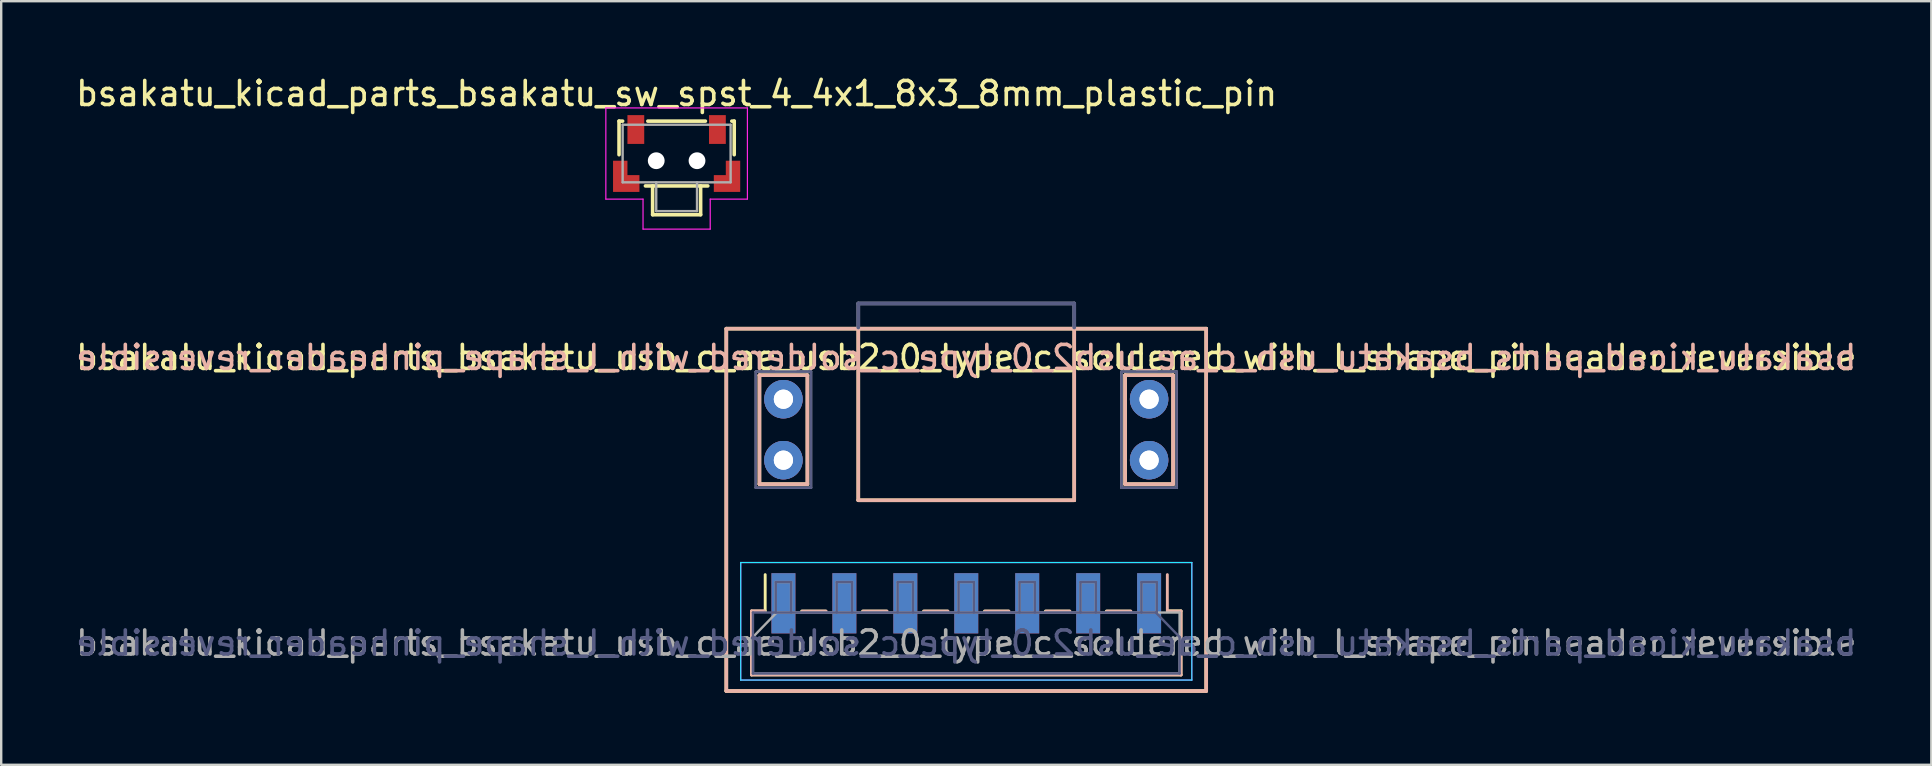
<source format=kicad_pcb>
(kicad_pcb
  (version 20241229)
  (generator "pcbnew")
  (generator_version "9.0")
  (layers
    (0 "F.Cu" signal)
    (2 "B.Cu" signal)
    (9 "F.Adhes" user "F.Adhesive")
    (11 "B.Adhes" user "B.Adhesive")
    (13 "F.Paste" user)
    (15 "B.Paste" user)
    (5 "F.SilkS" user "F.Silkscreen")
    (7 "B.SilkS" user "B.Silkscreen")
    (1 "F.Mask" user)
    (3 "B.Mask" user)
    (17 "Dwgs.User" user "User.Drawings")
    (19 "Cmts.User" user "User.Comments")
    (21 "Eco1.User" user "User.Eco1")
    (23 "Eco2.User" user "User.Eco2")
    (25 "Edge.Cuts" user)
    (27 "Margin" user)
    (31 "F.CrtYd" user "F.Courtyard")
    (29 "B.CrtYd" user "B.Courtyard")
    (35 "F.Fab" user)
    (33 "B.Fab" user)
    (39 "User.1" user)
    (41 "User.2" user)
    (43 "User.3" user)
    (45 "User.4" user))
  (footprint "bsakatu_kicad_parts_bsakatu_usb_c_ae_usb2_0_type_c_soldered_with_l_shape_pinheader_reversible"
    (layer "F.Cu")
    (at 37.22 23.748)
    (property "Reference" "bsakatu_kicad_parts_bsakatu_usb_c_ae_usb2_0_type_c_soldered_with_l_shape_pinheader_reversible" (at 0 -11.9 0) (layer "F.SilkS") (effects (font (size 1 1) (thickness 0.15))))
    (attr through_hole)
    (fp_line (start -10 -13.1) (end -10 2) (stroke (width 0.15) (type solid)) (layer "F.SilkS"))
    (fp_line (start -10 -13.1) (end 10 -13.1) (stroke (width 0.15) (type solid)) (layer "F.SilkS"))
    (fp_line (start -8.95 -1.33) (end -8.38 -1.33) (stroke (width 0.12) (type solid)) (layer "F.SilkS"))
    (fp_line (start -8.95 1.33) (end -8.95 -1.33) (stroke (width 0.12) (type solid)) (layer "F.SilkS"))
    (fp_line (start -8.95 1.33) (end 8.95 1.33) (stroke (width 0.12) (type solid)) (layer "F.SilkS"))
    (fp_line (start -8.62 -11.16) (end -8.62 -6.62) (stroke (width 0.15) (type solid)) (layer "F.SilkS"))
    (fp_line (start -8.62 -6.62) (end -6.62 -6.62) (stroke (width 0.15) (type solid)) (layer "F.SilkS"))
    (fp_line (start -8.38 -1.33) (end -8.38 -2.85) (stroke (width 0.12) (type solid)) (layer "F.SilkS"))
    (fp_line (start -6.86 -1.33) (end -5.86 -1.33) (stroke (width 0.12) (type solid)) (layer "F.SilkS"))
    (fp_line (start -6.62 -11.16) (end -8.62 -11.16) (stroke (width 0.15) (type solid)) (layer "F.SilkS"))
    (fp_line (start -6.62 -6.62) (end -6.62 -11.16) (stroke (width 0.15) (type solid)) (layer "F.SilkS"))
    (fp_line (start -4.5 -5.95) (end -4.5 -13.1) (stroke (width 0.15) (type solid)) (layer "F.SilkS"))
    (fp_line (start -4.5 -5.95) (end 4.5 -5.95) (stroke (width 0.15) (type solid)) (layer "F.SilkS"))
    (fp_line (start -4.32 -1.33) (end -3.32 -1.33) (stroke (width 0.12) (type solid)) (layer "F.SilkS"))
    (fp_line (start -1.78 -1.33) (end -0.78 -1.33) (stroke (width 0.12) (type solid)) (layer "F.SilkS"))
    (fp_line (start 0.76 -1.33) (end 1.76 -1.33) (stroke (width 0.12) (type solid)) (layer "F.SilkS"))
    (fp_line (start 3.3 -1.33) (end 4.3 -1.33) (stroke (width 0.12) (type solid)) (layer "F.SilkS"))
    (fp_line (start 4.5 -5.95) (end 4.5 -13.1) (stroke (width 0.15) (type solid)) (layer "F.SilkS"))
    (fp_line (start 5.84 -1.33) (end 6.84 -1.33) (stroke (width 0.12) (type solid)) (layer "F.SilkS"))
    (fp_line (start 6.62 -11.16) (end 6.62 -6.62) (stroke (width 0.15) (type solid)) (layer "F.SilkS"))
    (fp_line (start 6.62 -6.62) (end 8.62 -6.62) (stroke (width 0.15) (type solid)) (layer "F.SilkS"))
    (fp_line (start 8.41 -1.34) (end 8.95 -1.34) (stroke (width 0.12) (type solid)) (layer "F.SilkS"))
    (fp_line (start 8.62 -11.16) (end 6.62 -11.16) (stroke (width 0.15) (type solid)) (layer "F.SilkS"))
    (fp_line (start 8.62 -6.62) (end 8.62 -11.16) (stroke (width 0.15) (type solid)) (layer "F.SilkS"))
    (fp_line (start 8.95 1.33) (end 8.95 -1.33) (stroke (width 0.12) (type solid)) (layer "F.SilkS"))
    (fp_line (start 10 -13.1) (end 10 2) (stroke (width 0.15) (type solid)) (layer "F.SilkS"))
    (fp_line (start 10 2) (end -10 2) (stroke (width 0.15) (type solid)) (layer "F.SilkS"))
    (fp_line (start -10 -13.1) (end -10 2) (stroke (width 0.15) (type solid)) (layer "B.SilkS"))
    (fp_line (start -10 2) (end 10 2) (stroke (width 0.15) (type solid)) (layer "B.SilkS"))
    (fp_line (start -8.95 1.33) (end -8.95 -1.33) (stroke (width 0.12) (type solid)) (layer "B.SilkS"))
    (fp_line (start -8.62 -11.16) (end -6.62 -11.16) (stroke (width 0.15) (type solid)) (layer "B.SilkS"))
    (fp_line (start -8.62 -6.62) (end -8.62 -11.16) (stroke (width 0.15) (type solid)) (layer "B.SilkS"))
    (fp_line (start -8.41 -1.34) (end -8.95 -1.34) (stroke (width 0.12) (type solid)) (layer "B.SilkS"))
    (fp_line (start -6.62 -11.16) (end -6.62 -6.62) (stroke (width 0.15) (type solid)) (layer "B.SilkS"))
    (fp_line (start -6.62 -6.62) (end -8.62 -6.62) (stroke (width 0.15) (type solid)) (layer "B.SilkS"))
    (fp_line (start -5.84 -1.33) (end -6.84 -1.33) (stroke (width 0.12) (type solid)) (layer "B.SilkS"))
    (fp_line (start -4.5 -5.95) (end -4.5 -13.1) (stroke (width 0.15) (type solid)) (layer "B.SilkS"))
    (fp_line (start -3.3 -1.33) (end -4.3 -1.33) (stroke (width 0.12) (type solid)) (layer "B.SilkS"))
    (fp_line (start -0.76 -1.33) (end -1.76 -1.33) (stroke (width 0.12) (type solid)) (layer "B.SilkS"))
    (fp_line (start 1.78 -1.33) (end 0.78 -1.33) (stroke (width 0.12) (type solid)) (layer "B.SilkS"))
    (fp_line (start 4.32 -1.33) (end 3.32 -1.33) (stroke (width 0.12) (type solid)) (layer "B.SilkS"))
    (fp_line (start 4.5 -5.95) (end -4.5 -5.95) (stroke (width 0.15) (type solid)) (layer "B.SilkS"))
    (fp_line (start 4.5 -5.95) (end 4.5 -13.1) (stroke (width 0.15) (type solid)) (layer "B.SilkS"))
    (fp_line (start 6.62 -11.16) (end 8.62 -11.16) (stroke (width 0.15) (type solid)) (layer "B.SilkS"))
    (fp_line (start 6.62 -6.62) (end 6.62 -11.16) (stroke (width 0.15) (type solid)) (layer "B.SilkS"))
    (fp_line (start 6.86 -1.33) (end 5.86 -1.33) (stroke (width 0.12) (type solid)) (layer "B.SilkS"))
    (fp_line (start 8.38 -1.33) (end 8.38 -2.85) (stroke (width 0.12) (type solid)) (layer "B.SilkS"))
    (fp_line (start 8.62 -11.16) (end 8.62 -6.62) (stroke (width 0.15) (type solid)) (layer "B.SilkS"))
    (fp_line (start 8.62 -6.62) (end 6.62 -6.62) (stroke (width 0.15) (type solid)) (layer "B.SilkS"))
    (fp_line (start 8.95 -1.33) (end 8.38 -1.33) (stroke (width 0.12) (type solid)) (layer "B.SilkS"))
    (fp_line (start 8.95 1.33) (end -8.95 1.33) (stroke (width 0.12) (type solid)) (layer "B.SilkS"))
    (fp_line (start 8.95 1.33) (end 8.95 -1.33) (stroke (width 0.12) (type solid)) (layer "B.SilkS"))
    (fp_line (start 10 -13.1) (end -10 -13.1) (stroke (width 0.15) (type solid)) (layer "B.SilkS"))
    (fp_line (start 10 -13.1) (end 10 2) (stroke (width 0.15) (type solid)) (layer "B.SilkS"))
    (fp_line (start -9.4 -3.355) (end 9.4 -3.355) (stroke (width 0.05) (type solid)) (layer "B.CrtYd"))
    (fp_line (start -9.4 1.545) (end -9.4 -3.355) (stroke (width 0.05) (type solid)) (layer "B.CrtYd"))
    (fp_line (start 9.4 -3.355) (end 9.4 1.545) (stroke (width 0.05) (type solid)) (layer "B.CrtYd"))
    (fp_line (start 9.4 1.545) (end -9.4 1.545) (stroke (width 0.05) (type solid)) (layer "B.CrtYd"))
    (fp_line (start -9.4 -3.355) (end -9.4 1.545) (stroke (width 0.05) (type solid)) (layer "F.CrtYd"))
    (fp_line (start -9.4 1.545) (end 9.4 1.545) (stroke (width 0.05) (type solid)) (layer "F.CrtYd"))
    (fp_line (start 9.4 -3.355) (end -9.4 -3.355) (stroke (width 0.05) (type solid)) (layer "F.CrtYd"))
    (fp_line (start 9.4 1.545) (end 9.4 -3.355) (stroke (width 0.05) (type solid)) (layer "F.CrtYd"))
    (fp_line (start -8.89 -1.27) (end -8.89 1.27) (stroke (width 0.1) (type solid)) (layer "B.Fab"))
    (fp_line (start -8.89 1.27) (end 8.89 1.27) (stroke (width 0.1) (type solid)) (layer "B.Fab"))
    (fp_line (start -8.77 -11.31) (end -8.77 -6.47) (stroke (width 0.1) (type solid)) (layer "B.Fab"))
    (fp_line (start -8.77 -6.47) (end -6.47 -6.47) (stroke (width 0.1) (type solid)) (layer "B.Fab"))
    (fp_line (start -7.94 -1.27) (end -7.94 -2.54) (stroke (width 0.1) (type solid)) (layer "B.Fab"))
    (fp_line (start -7.3 -2.54) (end -7.94 -2.54) (stroke (width 0.1) (type solid)) (layer "B.Fab"))
    (fp_line (start -7.3 -2.54) (end -7.3 -1.27) (stroke (width 0.1) (type solid)) (layer "B.Fab"))
    (fp_line (start -6.47 -11.31) (end -8.77 -11.31) (stroke (width 0.1) (type solid)) (layer "B.Fab"))
    (fp_line (start -6.47 -6.47) (end -6.47 -11.31) (stroke (width 0.1) (type solid)) (layer "B.Fab"))
    (fp_line (start -5.4 -1.27) (end -5.4 -2.54) (stroke (width 0.1) (type solid)) (layer "B.Fab"))
    (fp_line (start -4.76 -2.54) (end -5.4 -2.54) (stroke (width 0.1) (type solid)) (layer "B.Fab"))
    (fp_line (start -4.76 -2.54) (end -4.76 -1.27) (stroke (width 0.1) (type solid)) (layer "B.Fab"))
    (fp_line (start -4.5 -13.15) (end -4.5 -14.15) (stroke (width 0.15) (type solid)) (layer "B.Fab"))
    (fp_line (start -2.86 -1.27) (end -2.86 -2.54) (stroke (width 0.1) (type solid)) (layer "B.Fab"))
    (fp_line (start -2.22 -2.54) (end -2.86 -2.54) (stroke (width 0.1) (type solid)) (layer "B.Fab"))
    (fp_line (start -2.22 -2.54) (end -2.22 -1.27) (stroke (width 0.1) (type solid)) (layer "B.Fab"))
    (fp_line (start -0.32 -1.27) (end -0.32 -2.54) (stroke (width 0.1) (type solid)) (layer "B.Fab"))
    (fp_line (start 0.32 -2.54) (end -0.32 -2.54) (stroke (width 0.1) (type solid)) (layer "B.Fab"))
    (fp_line (start 0.32 -2.54) (end 0.32 -1.27) (stroke (width 0.1) (type solid)) (layer "B.Fab"))
    (fp_line (start 2.22 -1.27) (end 2.22 -2.54) (stroke (width 0.1) (type solid)) (layer "B.Fab"))
    (fp_line (start 2.86 -2.54) (end 2.22 -2.54) (stroke (width 0.1) (type solid)) (layer "B.Fab"))
    (fp_line (start 2.86 -2.54) (end 2.86 -1.27) (stroke (width 0.1) (type solid)) (layer "B.Fab"))
    (fp_line (start 4.5 -14.15) (end -4.5 -14.15) (stroke (width 0.15) (type solid)) (layer "B.Fab"))
    (fp_line (start 4.5 -13.15) (end 4.5 -14.15) (stroke (width 0.15) (type solid)) (layer "B.Fab"))
    (fp_line (start 4.76 -1.27) (end 4.76 -2.54) (stroke (width 0.1) (type solid)) (layer "B.Fab"))
    (fp_line (start 5.4 -2.54) (end 4.76 -2.54) (stroke (width 0.1) (type solid)) (layer "B.Fab"))
    (fp_line (start 5.4 -2.54) (end 5.4 -1.27) (stroke (width 0.1) (type solid)) (layer "B.Fab"))
    (fp_line (start 6.47 -11.31) (end 6.47 -6.47) (stroke (width 0.1) (type solid)) (layer "B.Fab"))
    (fp_line (start 6.47 -6.47) (end 8.77 -6.47) (stroke (width 0.1) (type solid)) (layer "B.Fab"))
    (fp_line (start 7.3 -1.27) (end 7.3 -2.54) (stroke (width 0.1) (type solid)) (layer "B.Fab"))
    (fp_line (start 7.9 -1.27) (end -8.89 -1.27) (stroke (width 0.1) (type solid)) (layer "B.Fab"))
    (fp_line (start 7.9 -1.27) (end 8.89 -0.25) (stroke (width 0.1) (type solid)) (layer "B.Fab"))
    (fp_line (start 7.94 -2.54) (end 7.3 -2.54) (stroke (width 0.1) (type solid)) (layer "B.Fab"))
    (fp_line (start 7.94 -2.54) (end 7.94 -1.27) (stroke (width 0.1) (type solid)) (layer "B.Fab"))
    (fp_line (start 8.77 -11.31) (end 6.47 -11.31) (stroke (width 0.1) (type solid)) (layer "B.Fab"))
    (fp_line (start 8.77 -6.47) (end 8.77 -11.31) (stroke (width 0.1) (type solid)) (layer "B.Fab"))
    (fp_line (start 8.89 1.27) (end 8.89 -0.25) (stroke (width 0.1) (type solid)) (layer "B.Fab"))
    (fp_line (start -8.89 1.27) (end -8.89 -0.25) (stroke (width 0.1) (type solid)) (layer "F.Fab"))
    (fp_line (start -8.77 -11.31) (end -6.47 -11.31) (stroke (width 0.1) (type solid)) (layer "F.Fab"))
    (fp_line (start -8.77 -6.47) (end -8.77 -11.31) (stroke (width 0.1) (type solid)) (layer "F.Fab"))
    (fp_line (start -7.94 -2.54) (end -7.94 -1.27) (stroke (width 0.1) (type solid)) (layer "F.Fab"))
    (fp_line (start -7.94 -2.54) (end -7.3 -2.54) (stroke (width 0.1) (type solid)) (layer "F.Fab"))
    (fp_line (start -7.9 -1.27) (end -8.89 -0.25) (stroke (width 0.1) (type solid)) (layer "F.Fab"))
    (fp_line (start -7.9 -1.27) (end 8.89 -1.27) (stroke (width 0.1) (type solid)) (layer "F.Fab"))
    (fp_line (start -7.3 -1.27) (end -7.3 -2.54) (stroke (width 0.1) (type solid)) (layer "F.Fab"))
    (fp_line (start -6.47 -11.31) (end -6.47 -6.47) (stroke (width 0.1) (type solid)) (layer "F.Fab"))
    (fp_line (start -6.47 -6.47) (end -8.77 -6.47) (stroke (width 0.1) (type solid)) (layer "F.Fab"))
    (fp_line (start -5.4 -2.54) (end -5.4 -1.27) (stroke (width 0.1) (type solid)) (layer "F.Fab"))
    (fp_line (start -5.4 -2.54) (end -4.76 -2.54) (stroke (width 0.1) (type solid)) (layer "F.Fab"))
    (fp_line (start -4.76 -1.27) (end -4.76 -2.54) (stroke (width 0.1) (type solid)) (layer "F.Fab"))
    (fp_line (start -4.5 -14.15) (end 4.5 -14.15) (stroke (width 0.15) (type solid)) (layer "F.Fab"))
    (fp_line (start -4.5 -13.15) (end -4.5 -14.15) (stroke (width 0.15) (type solid)) (layer "F.Fab"))
    (fp_line (start -2.86 -2.54) (end -2.86 -1.27) (stroke (width 0.1) (type solid)) (layer "F.Fab"))
    (fp_line (start -2.86 -2.54) (end -2.22 -2.54) (stroke (width 0.1) (type solid)) (layer "F.Fab"))
    (fp_line (start -2.22 -1.27) (end -2.22 -2.54) (stroke (width 0.1) (type solid)) (layer "F.Fab"))
    (fp_line (start -0.32 -2.54) (end -0.32 -1.27) (stroke (width 0.1) (type solid)) (layer "F.Fab"))
    (fp_line (start -0.32 -2.54) (end 0.32 -2.54) (stroke (width 0.1) (type solid)) (layer "F.Fab"))
    (fp_line (start 0.32 -1.27) (end 0.32 -2.54) (stroke (width 0.1) (type solid)) (layer "F.Fab"))
    (fp_line (start 2.22 -2.54) (end 2.22 -1.27) (stroke (width 0.1) (type solid)) (layer "F.Fab"))
    (fp_line (start 2.22 -2.54) (end 2.86 -2.54) (stroke (width 0.1) (type solid)) (layer "F.Fab"))
    (fp_line (start 2.86 -1.27) (end 2.86 -2.54) (stroke (width 0.1) (type solid)) (layer "F.Fab"))
    (fp_line (start 4.5 -13.15) (end 4.5 -14.15) (stroke (width 0.15) (type solid)) (layer "F.Fab"))
    (fp_line (start 4.76 -2.54) (end 4.76 -1.27) (stroke (width 0.1) (type solid)) (layer "F.Fab"))
    (fp_line (start 4.76 -2.54) (end 5.4 -2.54) (stroke (width 0.1) (type solid)) (layer "F.Fab"))
    (fp_line (start 5.4 -1.27) (end 5.4 -2.54) (stroke (width 0.1) (type solid)) (layer "F.Fab"))
    (fp_line (start 6.47 -11.31) (end 8.77 -11.31) (stroke (width 0.1) (type solid)) (layer "F.Fab"))
    (fp_line (start 6.47 -6.47) (end 6.47 -11.31) (stroke (width 0.1) (type solid)) (layer "F.Fab"))
    (fp_line (start 7.3 -2.54) (end 7.3 -1.27) (stroke (width 0.1) (type solid)) (layer "F.Fab"))
    (fp_line (start 7.3 -2.54) (end 7.94 -2.54) (stroke (width 0.1) (type solid)) (layer "F.Fab"))
    (fp_line (start 7.94 -1.27) (end 7.94 -2.54) (stroke (width 0.1) (type solid)) (layer "F.Fab"))
    (fp_line (start 8.77 -11.31) (end 8.77 -6.47) (stroke (width 0.1) (type solid)) (layer "F.Fab"))
    (fp_line (start 8.77 -6.47) (end 6.47 -6.47) (stroke (width 0.1) (type solid)) (layer "F.Fab"))
    (fp_line (start 8.89 -1.27) (end 8.89 1.27) (stroke (width 0.1) (type solid)) (layer "F.Fab"))
    (fp_line (start 8.89 1.27) (end -8.89 1.27) (stroke (width 0.1) (type solid)) (layer "F.Fab"))
    (fp_text user "${REFERENCE}" (at 0 -11.9 0) (layer "B.SilkS") (effects (font (size 1 1) (thickness 0.15)) (justify mirror)))
    (fp_text user "${REFERENCE}" (at 0 0 0) (layer "B.Fab") (effects (font (size 1 1) (thickness 0.15)) (justify mirror)))
    (fp_text user "${REFERENCE}" (at 0 0 180) (layer "F.Fab") (effects (font (size 1 1) (thickness 0.15))))
    (pad "" thru_hole circle (at -7.62 -10.16 180) (size 1.6 1.6) (drill 0.8) (layers "*.Cu" "*.Mask"))
    (pad "" thru_hole circle (at -7.62 -10.16) (size 1.6 1.6) (drill 0.8) (layers "*.Cu" "*.Mask"))
    (pad "" thru_hole circle (at -7.62 -7.62 180) (size 1.6 1.6) (drill 0.8) (layers "*.Cu" "*.Mask"))
    (pad "" thru_hole circle (at -7.62 -7.62) (size 1.6 1.6) (drill 0.8) (layers "*.Cu" "*.Mask"))
    (pad "" thru_hole circle (at 7.62 -10.16 180) (size 1.6 1.6) (drill 0.8) (layers "*.Cu" "*.Mask"))
    (pad "" thru_hole circle (at 7.62 -10.16) (size 1.6 1.6) (drill 0.8) (layers "*.Cu" "*.Mask"))
    (pad "" thru_hole circle (at 7.62 -7.62) (size 1.6 1.6) (drill 0.8) (layers "*.Cu" "*.Mask"))
    (pad "" thru_hole circle (at 7.62 -7.62 180) (size 1.6 1.6) (drill 0.8) (layers "*.Cu" "*.Mask"))
    (pad "1" smd rect (at -7.62 -1.655 90) (size 2.51 1) (layers "F.Cu" "F.Mask" "F.Paste"))
    (pad "1" smd rect (at 7.62 -1.655 90) (size 2.51 1) (layers "B.Cu" "B.Mask" "B.Paste"))
    (pad "2" smd rect (at -5.08 -1.655 90) (size 2.51 1) (layers "F.Cu" "F.Mask" "F.Paste"))
    (pad "2" smd rect (at 5.08 -1.655 90) (size 2.51 1) (layers "B.Cu" "B.Mask" "B.Paste"))
    (pad "3" smd rect (at -2.54 -1.655 90) (size 2.51 1) (layers "F.Cu" "F.Mask" "F.Paste"))
    (pad "3" smd rect (at 2.54 -1.655 90) (size 2.51 1) (layers "B.Cu" "B.Mask" "B.Paste"))
    (pad "4" smd rect (at 0 -1.655 90) (size 2.51 1) (layers "F.Cu" "F.Mask" "F.Paste"))
    (pad "4" smd rect (at 0 -1.655 90) (size 2.51 1) (layers "B.Cu" "B.Mask" "B.Paste"))
    (pad "5" smd rect (at -2.54 -1.655 90) (size 2.51 1) (layers "B.Cu" "B.Mask" "B.Paste"))
    (pad "5" smd rect (at 2.54 -1.655 90) (size 2.51 1) (layers "F.Cu" "F.Mask" "F.Paste"))
    (pad "6" smd rect (at -5.08 -1.655 90) (size 2.51 1) (layers "B.Cu" "B.Mask" "B.Paste"))
    (pad "6" smd rect (at 5.08 -1.655 90) (size 2.51 1) (layers "F.Cu" "F.Mask" "F.Paste"))
    (pad "7" smd rect (at -7.62 -1.655 90) (size 2.51 1) (layers "B.Cu" "B.Mask" "B.Paste"))
    (pad "7" smd rect (at 7.62 -1.655 90) (size 2.51 1) (layers "F.Cu" "F.Mask" "F.Paste")))
  (footprint "bsakatu_kicad_parts_bsakatu_sw_spst_4_4x1_8x3_8mm_plastic_pin"
    (layer "F.Cu")
    (at 25.149 3.648)
    (property "Reference" "bsakatu_kicad_parts_bsakatu_sw_spst_4_4x1_8x3_8mm_plastic_pin" (at 0 -2.8 0) (layer "F.SilkS") (effects (font (size 1 1) (thickness 0.15))))
    (attr smd)
    (fp_line (start -2.4 -1.65) (end -2.4 -0.25) (stroke (width 0.15) (type solid)) (layer "F.SilkS"))
    (fp_line (start -2.25 -1.65) (end -2.4 -1.65) (stroke (width 0.15) (type solid)) (layer "F.SilkS"))
    (fp_line (start -1.2 -1.65) (end 1.2 -1.65) (stroke (width 0.15) (type solid)) (layer "F.SilkS"))
    (fp_line (start -1 2.25) (end -1 1.05) (stroke (width 0.15) (type solid)) (layer "F.SilkS"))
    (fp_line (start 1 1.05) (end 1 2.25) (stroke (width 0.15) (type solid)) (layer "F.SilkS"))
    (fp_line (start 1 2.25) (end -1 2.25) (stroke (width 0.15) (type solid)) (layer "F.SilkS"))
    (fp_line (start 1.3 1.05) (end -1.3 1.05) (stroke (width 0.15) (type solid)) (layer "F.SilkS"))
    (fp_line (start 2.3 -1.65) (end 2.4 -1.65) (stroke (width 0.15) (type solid)) (layer "F.SilkS"))
    (fp_line (start 2.4 -1.65) (end 2.4 -0.25) (stroke (width 0.15) (type solid)) (layer "F.SilkS"))
    (fp_line (start -2.95 -2.2) (end 2.95 -2.2) (stroke (width 0.05) (type solid)) (layer "F.CrtYd"))
    (fp_line (start -2.95 1.6) (end -2.95 -2.2) (stroke (width 0.05) (type solid)) (layer "F.CrtYd"))
    (fp_line (start -1.4 1.6) (end -2.95 1.6) (stroke (width 0.05) (type solid)) (layer "F.CrtYd"))
    (fp_line (start -1.4 2.85) (end -1.4 1.6) (stroke (width 0.05) (type solid)) (layer "F.CrtYd"))
    (fp_line (start 1.4 1.6) (end 1.4 2.85) (stroke (width 0.05) (type solid)) (layer "F.CrtYd"))
    (fp_line (start 1.4 2.85) (end -1.4 2.85) (stroke (width 0.05) (type solid)) (layer "F.CrtYd"))
    (fp_line (start 2.95 -2.2) (end 2.95 1.6) (stroke (width 0.05) (type solid)) (layer "F.CrtYd"))
    (fp_line (start 2.95 1.6) (end 1.4 1.6) (stroke (width 0.05) (type solid)) (layer "F.CrtYd"))
    (fp_line (start -2.25 -1.5) (end 2.25 -1.5) (stroke (width 0.1) (type solid)) (layer "F.Fab"))
    (fp_line (start -2.25 0.9) (end -2.25 -1.5) (stroke (width 0.1) (type solid)) (layer "F.Fab"))
    (fp_line (start -0.85 2.1) (end -0.85 0.9) (stroke (width 0.1) (type solid)) (layer "F.Fab"))
    (fp_line (start -0.85 2.1) (end 0.85 2.1) (stroke (width 0.1) (type solid)) (layer "F.Fab"))
    (fp_line (start 0.85 2.1) (end 0.85 0.9) (stroke (width 0.1) (type solid)) (layer "F.Fab"))
    (fp_line (start 2.25 -1.5) (end 2.25 0.9) (stroke (width 0.1) (type solid)) (layer "F.Fab"))
    (fp_line (start 2.25 0.9) (end -2.25 0.9) (stroke (width 0.1) (type solid)) (layer "F.Fab"))
    (pad "" smd custom (at -2.1 0.95) (size 1.1 0.7) (layers "F.Cu" "F.Mask" "F.Paste") (options (anchor rect)) (primitives (gr_poly (pts (xy -0.55 -0.35) (xy -0.55 -0.95) (xy 0.05 -0.95) (xy 0.05 -0.35)) (width 0) (fill yes))))
    (pad "" np_thru_hole circle (at -0.85 0) (size 0.7 0.7) (drill 0.7) (layers "*.Cu" "*.Mask"))
    (pad "" np_thru_hole circle (at 0.85 0) (size 0.7 0.7) (drill 0.7) (layers "*.Cu" "*.Mask"))
    (pad "" smd custom (at 2.1 0.95) (size 1.1 0.7) (layers "F.Cu" "F.Mask" "F.Paste") (options (anchor rect)) (primitives (gr_poly (pts (xy 0.55 -0.35) (xy 0.55 -0.95) (xy -0.05 -0.95) (xy -0.05 -0.35)) (width 0) (fill yes))))
    (pad "1" smd rect (at -1.7 -1.3) (size 0.7 1.2) (layers "F.Cu" "F.Mask" "F.Paste"))
    (pad "2" smd rect (at 1.7 -1.3) (size 0.7 1.2) (layers "F.Cu" "F.Mask" "F.Paste")))
  (gr_rect
    (start -3 -3)
    (end 77.44 28.823)
    (stroke (width 0.1) (type default))
    (fill no)
    (layer "Edge.Cuts")))
</source>
